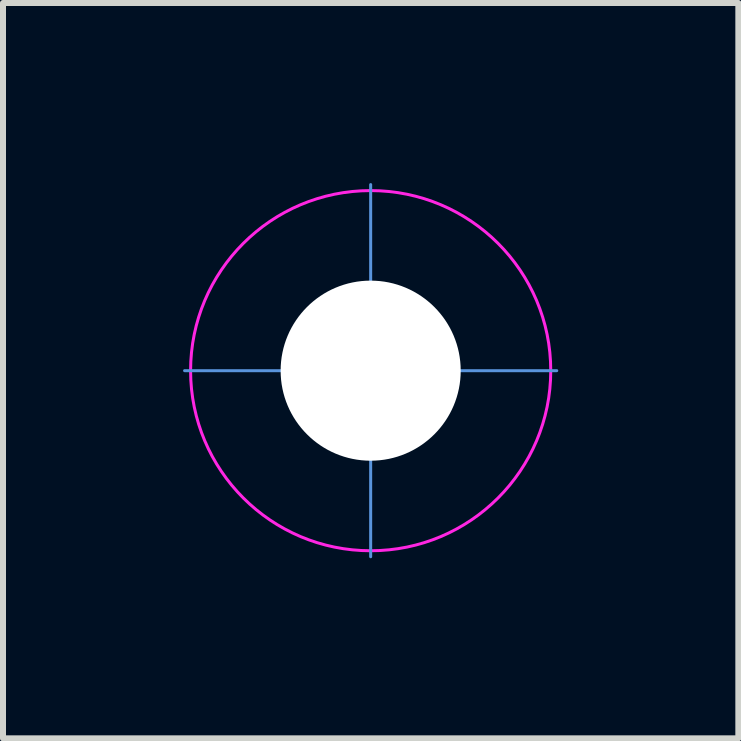
<source format=kicad_pcb>
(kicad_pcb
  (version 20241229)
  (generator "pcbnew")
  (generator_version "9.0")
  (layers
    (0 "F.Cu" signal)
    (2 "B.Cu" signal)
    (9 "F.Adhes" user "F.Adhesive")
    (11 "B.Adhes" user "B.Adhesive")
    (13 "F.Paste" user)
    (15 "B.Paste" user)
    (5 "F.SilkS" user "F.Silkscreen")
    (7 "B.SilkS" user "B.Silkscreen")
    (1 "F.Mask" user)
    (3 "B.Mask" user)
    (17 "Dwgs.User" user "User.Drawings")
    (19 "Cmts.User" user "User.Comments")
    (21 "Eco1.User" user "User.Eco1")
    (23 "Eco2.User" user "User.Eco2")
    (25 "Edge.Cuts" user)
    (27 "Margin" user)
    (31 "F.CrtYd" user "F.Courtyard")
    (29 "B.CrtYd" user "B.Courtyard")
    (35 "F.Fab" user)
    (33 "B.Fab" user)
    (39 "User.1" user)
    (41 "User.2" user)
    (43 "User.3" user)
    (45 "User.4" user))
  (footprint "z_MountNPTH_3.0mm"
    (layer "F.Cu")
    (at 3.125 3.125)
    (property "Reference" "z_MountNPTH_3.0mm" (at 0 0.125 0) (layer "F.Fab") (effects (font (size 0.1 0.1) (thickness 0.01))))
    (attr through_hole)
    (fp_line (start -3.1 0) (end 3.1 0) (stroke (width 0.05) (type solid)) (layer "Cmts.User"))
    (fp_line (start 0 -3.1) (end 0 3.1) (stroke (width 0.05) (type solid)) (layer "Cmts.User"))
    (fp_circle (center 0 0) (end 3 0) (stroke (width 0.05) (type solid)) (fill no) (layer "F.CrtYd"))
    (fp_text user "${REFERENCE}" (at 0 1.85 180) (layer "Eco1.User") (effects (font (size 0.3 0.3) (thickness 0.03))))
    (pad "" np_thru_hole circle (at 0 0) (size 3 3) (drill 3) (layers "*.Cu" "*.Mask")))
  (gr_rect
    (start -3 -3)
    (end 9.25 9.25)
    (stroke (width 0.1) (type default))
    (fill no)
    (layer "Edge.Cuts")))
</source>
